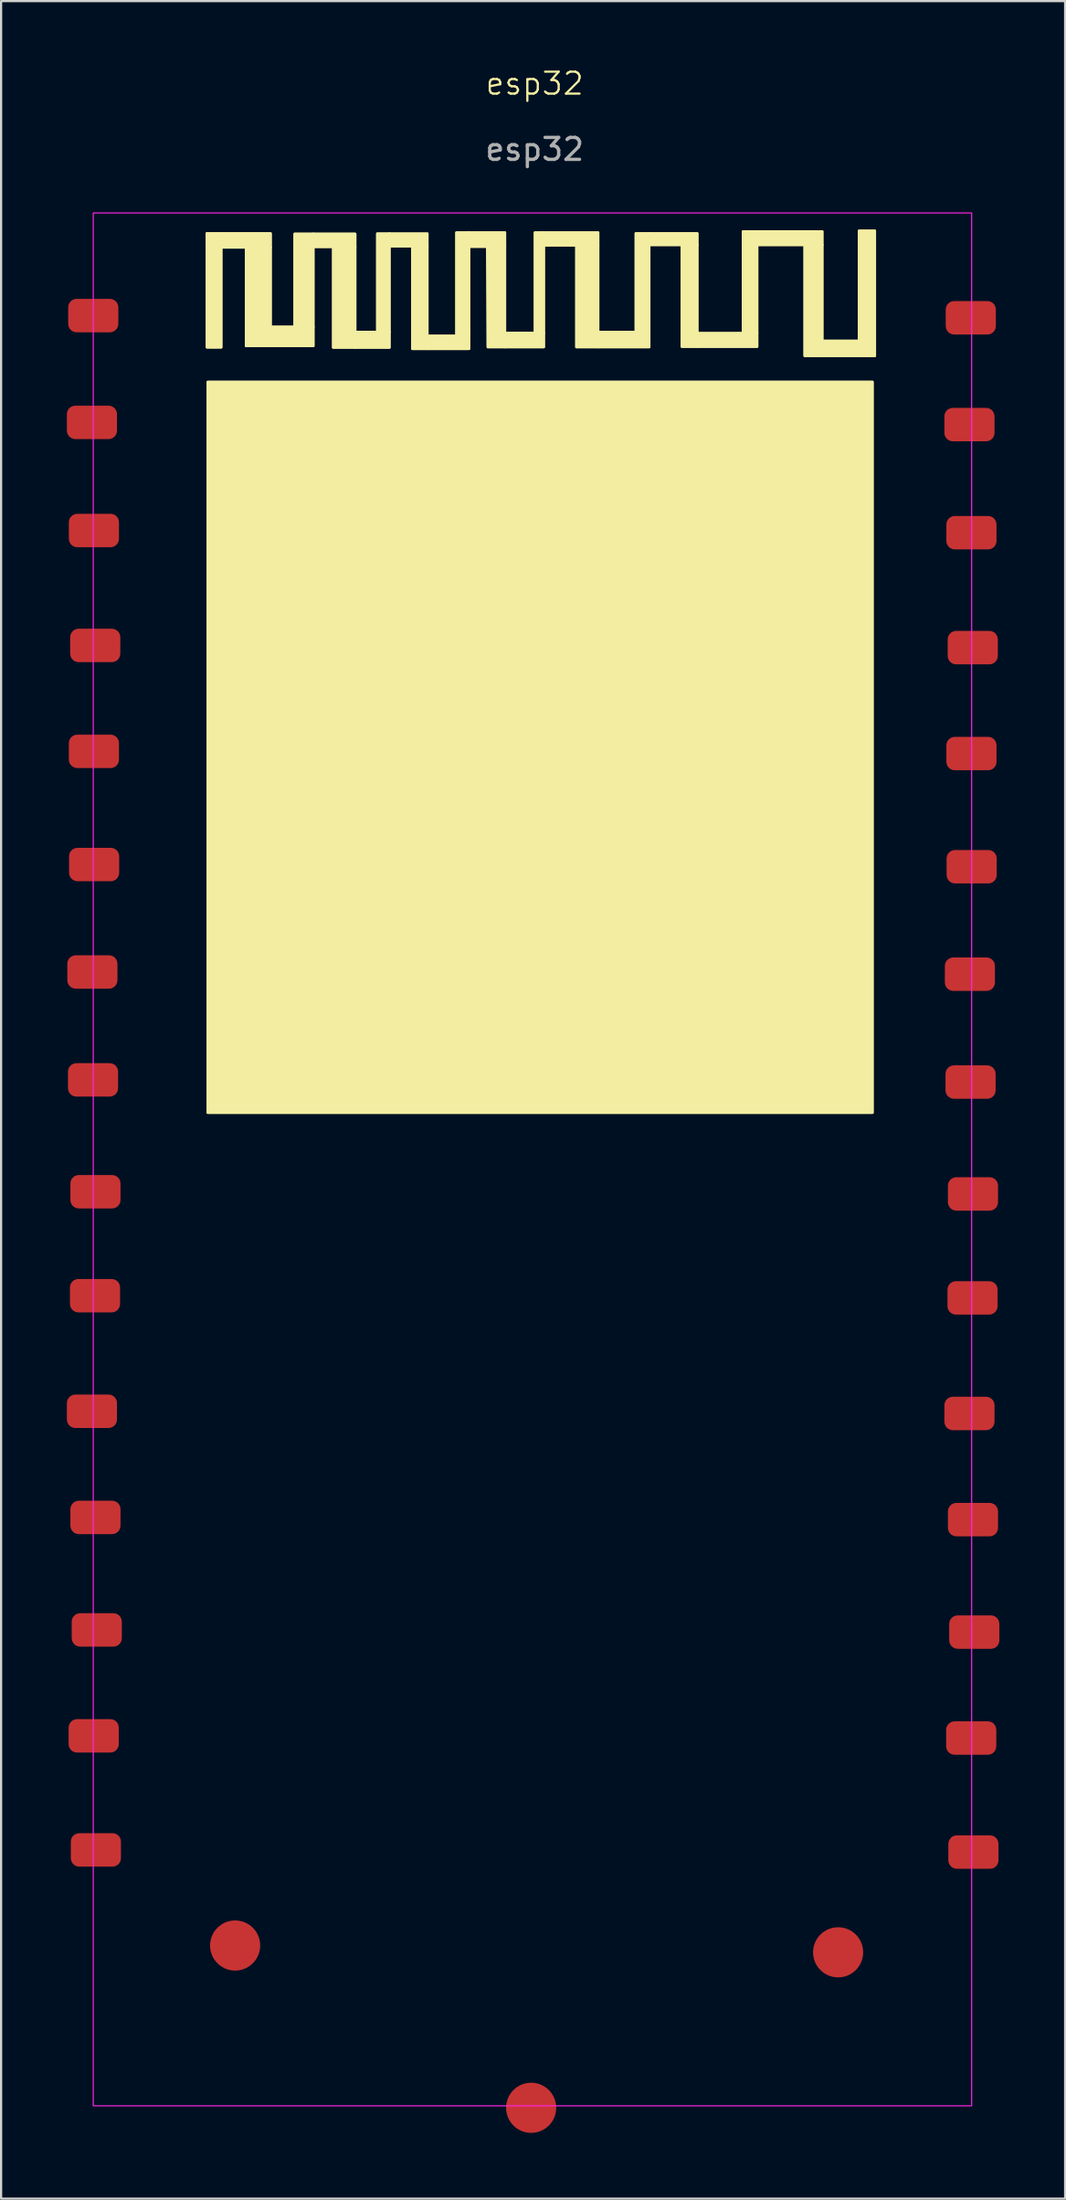
<source format=kicad_pcb>
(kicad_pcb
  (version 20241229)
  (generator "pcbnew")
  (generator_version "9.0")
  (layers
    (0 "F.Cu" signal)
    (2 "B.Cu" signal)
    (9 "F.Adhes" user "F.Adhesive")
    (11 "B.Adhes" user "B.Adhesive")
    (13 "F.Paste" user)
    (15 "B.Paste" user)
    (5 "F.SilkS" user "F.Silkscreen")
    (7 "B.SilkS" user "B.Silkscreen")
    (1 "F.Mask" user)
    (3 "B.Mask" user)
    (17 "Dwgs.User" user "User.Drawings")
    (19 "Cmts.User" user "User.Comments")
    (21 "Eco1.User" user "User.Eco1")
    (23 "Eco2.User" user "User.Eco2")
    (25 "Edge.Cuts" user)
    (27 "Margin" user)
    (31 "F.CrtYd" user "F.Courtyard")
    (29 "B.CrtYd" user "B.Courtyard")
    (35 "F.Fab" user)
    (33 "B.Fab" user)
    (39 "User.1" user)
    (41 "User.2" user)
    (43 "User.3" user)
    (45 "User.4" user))
  (footprint "esp32"
    (layer "F.Cu")
    (at 21.333 1.26)
    (property "Reference" "esp32" (at 0 -0.5 0) (unlocked yes) (layer "F.SilkS") (effects (font (size 1 1) (thickness 0.1))))
    (attr smd)
    (fp_rect (start -14.95 11.53) (end -14.29 6.33) (stroke (width 0.1) (type default)) (fill no) (layer "F.SilkS"))
    (fp_rect (start -14.91 13.1) (end 15.41 46.43) (stroke (width 0.1) (type default)) (fill no) (layer "F.SilkS"))
    (fp_rect (start -14.29 6.33) (end -12.04 6.98) (stroke (width 0.1) (type default)) (fill no) (layer "F.SilkS"))
    (fp_rect (start -13.165 6.98) (end -12.04 11.47) (stroke (width 0.1) (type default)) (fill no) (layer "F.SilkS"))
    (fp_rect (start -12.04 11.47) (end -10.09 10.59) (stroke (width 0.1) (type default)) (fill no) (layer "F.SilkS"))
    (fp_rect (start -10.09 6.35) (end -8.18 6.95) (stroke (width 0.1) (type default)) (fill no) (layer "F.SilkS"))
    (fp_rect (start -10.09 10.59) (end -10.95 6.35) (stroke (width 0.1) (type default)) (fill no) (layer "F.SilkS"))
    (fp_rect (start -8.18 6.95) (end -9.19 11.54) (stroke (width 0.1) (type default)) (fill no) (layer "F.SilkS"))
    (fp_rect (start -8.18 11.54) (end -6.62 10.82) (stroke (width 0.1) (type default)) (fill no) (layer "F.SilkS"))
    (fp_rect (start -6.62 6.34) (end -4.89 6.92) (stroke (width 0.1) (type default)) (fill no) (layer "F.SilkS"))
    (fp_rect (start -6.62 10.82) (end -7.18 6.34) (stroke (width 0.1) (type default)) (fill no) (layer "F.SilkS"))
    (fp_rect (start -4.89 6.92) (end -5.58 11.6) (stroke (width 0.1) (type default)) (fill no) (layer "F.SilkS"))
    (fp_rect (start -4.89 11.6) (end -2.99 11) (stroke (width 0.1) (type default)) (fill no) (layer "F.SilkS"))
    (fp_rect (start -2.99 6.29) (end -1.35 6.94) (stroke (width 0.1) (type default)) (fill no) (layer "F.SilkS"))
    (fp_rect (start -2.99 11) (end -3.57 6.29) (stroke (width 0.1) (type default)) (fill no) (layer "F.SilkS"))
    (fp_rect (start -1.35 6.94) (end -2.14 11.52) (stroke (width 0.1) (type default)) (fill no) (layer "F.SilkS"))
    (fp_rect (start -1.35 11.52) (end 0.42 10.87) (stroke (width 0.1) (type default)) (fill no) (layer "F.SilkS"))
    (fp_rect (start 0.42 6.29) (end 2.9 6.88) (stroke (width 0.1) (type default)) (fill no) (layer "F.SilkS"))
    (fp_rect (start 0.42 10.87) (end 0.01 6.29) (stroke (width 0.1) (type default)) (fill no) (layer "F.SilkS"))
    (fp_rect (start 2.9 6.88) (end 1.9 11.52) (stroke (width 0.1) (type default)) (fill no) (layer "F.SilkS"))
    (fp_rect (start 2.9 11.52) (end 5.23 10.83) (stroke (width 0.1) (type default)) (fill no) (layer "F.SilkS"))
    (fp_rect (start 5.23 6.33) (end 7.42 6.86) (stroke (width 0.1) (type default)) (fill no) (layer "F.SilkS"))
    (fp_rect (start 5.23 10.83) (end 4.61 6.33) (stroke (width 0.1) (type default)) (fill no) (layer "F.SilkS"))
    (fp_rect (start 7.42 6.86) (end 6.71 11.5) (stroke (width 0.1) (type default)) (fill no) (layer "F.SilkS"))
    (fp_rect (start 7.42 11.5) (end 10.15 10.88) (stroke (width 0.1) (type default)) (fill no) (layer "F.SilkS"))
    (fp_rect (start 10.15 6.24) (end 13.12 6.86) (stroke (width 0.1) (type default)) (fill no) (layer "F.SilkS"))
    (fp_rect (start 10.15 10.88) (end 9.5 6.24) (stroke (width 0.1) (type default)) (fill no) (layer "F.SilkS"))
    (fp_rect (start 13.12 6.86) (end 12.31 11.92) (stroke (width 0.1) (type default)) (fill no) (layer "F.SilkS"))
    (fp_rect (start 13.12 11.92) (end 15.52 11.23) (stroke (width 0.1) (type default)) (fill no) (layer "F.SilkS"))
    (fp_rect (start 15.52 11.23) (end 14.79 6.21) (stroke (width 0.1) (type default)) (fill no) (layer "F.SilkS"))
    (fp_poly (pts (xy -14.91 13.1) (xy 15.41 13.1) (xy 15.41 46.43) (xy -14.91 46.43)) (stroke (width 0.1) (type solid)) (fill yes) (layer "F.SilkS"))
    (fp_poly (pts (xy -14.62 11.53) (xy -14.95 11.53) (xy -14.95 6.33) (xy -14.29 6.33)) (stroke (width 0.1) (type solid)) (fill yes) (layer "F.SilkS"))
    (fp_poly (pts (xy -14.62 11.53) (xy -14.29 11.53) (xy -14.29 6.98) (xy -14.95 6.33)) (stroke (width 0.1) (type solid)) (fill yes) (layer "F.SilkS"))
    (fp_poly (pts (xy -13.165 6.98) (xy -12.04 6.98) (xy -12.04 11.47) (xy -13.165 11.47)) (stroke (width 0.1) (type solid)) (fill yes) (layer "F.SilkS"))
    (fp_poly (pts (xy -12.04 11.47) (xy -12.04 10.59) (xy -10.09 10.59) (xy -10.09 11.47)) (stroke (width 0.1) (type solid)) (fill yes) (layer "F.SilkS"))
    (fp_poly (pts (xy -10.09 6.35) (xy -10.09 6.95) (xy -8.18 6.95) (xy -8.18 6.35)) (stroke (width 0.1) (type solid)) (fill yes) (layer "F.SilkS"))
    (fp_poly (pts (xy -10.09 10.59) (xy -10.95 10.59) (xy -10.95 6.35) (xy -10.09 6.35)) (stroke (width 0.1) (type solid)) (fill yes) (layer "F.SilkS"))
    (fp_poly (pts (xy -9.19 6.95) (xy -8.18 6.95) (xy -8.18 11.54) (xy -9.19 11.54)) (stroke (width 0.1) (type solid)) (fill yes) (layer "F.SilkS"))
    (fp_poly (pts (xy -8.18 11.54) (xy -8.18 10.82) (xy -6.62 10.82) (xy -6.62 11.54)) (stroke (width 0.1) (type solid)) (fill yes) (layer "F.SilkS"))
    (fp_poly (pts (xy -7.18 10.82) (xy -6.62 10.82) (xy -6.62 6.34) (xy -7.18 6.34)) (stroke (width 0.1) (type solid)) (fill yes) (layer "F.SilkS"))
    (fp_poly (pts (xy -6.62 6.34) (xy -4.89 6.34) (xy -4.89 6.92) (xy -6.62 6.92)) (stroke (width 0.1) (type solid)) (fill yes) (layer "F.SilkS"))
    (fp_poly (pts (xy -5.58 6.92) (xy -4.89 6.92) (xy -4.89 11.6) (xy -5.58 11.6)) (stroke (width 0.1) (type solid)) (fill yes) (layer "F.SilkS"))
    (fp_poly (pts (xy -4.89 11.6) (xy -4.89 11) (xy -2.99 11) (xy -2.99 11.6)) (stroke (width 0.1) (type solid)) (fill yes) (layer "F.SilkS"))
    (fp_poly (pts (xy -2.99 6.29) (xy -1.35 6.29) (xy -1.35 6.94) (xy -2.99 6.94)) (stroke (width 0.1) (type solid)) (fill yes) (layer "F.SilkS"))
    (fp_poly (pts (xy -2.99 11) (xy -3.57 11) (xy -3.57 6.29) (xy -2.99 6.29)) (stroke (width 0.1) (type solid)) (fill yes) (layer "F.SilkS"))
    (fp_poly (pts (xy -2.17 6.94) (xy -1.35 6.94) (xy -1.35 11.52) (xy -2.14 11.52)) (stroke (width 0.1) (type solid)) (fill yes) (layer "F.SilkS"))
    (fp_poly (pts (xy -1.35 11.52) (xy -1.35 10.87) (xy 0.42 10.87) (xy 0.42 11.52)) (stroke (width 0.1) (type solid)) (fill yes) (layer "F.SilkS"))
    (fp_poly (pts (xy 0.42 6.29) (xy 0.42 6.88) (xy 2.9 6.88) (xy 2.9 6.29)) (stroke (width 0.1) (type solid)) (fill yes) (layer "F.SilkS"))
    (fp_poly (pts (xy 0.42 10.87) (xy 0.01 10.87) (xy 0.01 6.29) (xy 0.42 6.29)) (stroke (width 0.1) (type solid)) (fill yes) (layer "F.SilkS"))
    (fp_poly (pts (xy 1.9 6.88) (xy 2.9 6.88) (xy 2.9 11.52) (xy 1.9 11.52)) (stroke (width 0.1) (type solid)) (fill yes) (layer "F.SilkS"))
    (fp_poly (pts (xy 2.9 11.52) (xy 2.9 10.83) (xy 5.23 10.83) (xy 5.23 11.52)) (stroke (width 0.1) (type solid)) (fill yes) (layer "F.SilkS"))
    (fp_poly (pts (xy 4.61 10.83) (xy 5.23 10.83) (xy 5.23 6.33) (xy 4.61 6.33)) (stroke (width 0.1) (type solid)) (fill yes) (layer "F.SilkS"))
    (fp_poly (pts (xy 5.23 6.33) (xy 5.23 6.86) (xy 7.42 6.86) (xy 7.42 6.33)) (stroke (width 0.1) (type solid)) (fill yes) (layer "F.SilkS"))
    (fp_poly (pts (xy 6.71 6.86) (xy 7.42 6.86) (xy 7.42 11.5) (xy 6.71 11.5)) (stroke (width 0.1) (type solid)) (fill yes) (layer "F.SilkS"))
    (fp_poly (pts (xy 7.42 11.5) (xy 7.42 10.88) (xy 10.15 10.88) (xy 10.15 11.5)) (stroke (width 0.1) (type solid)) (fill yes) (layer "F.SilkS"))
    (fp_poly (pts (xy 10.15 6.24) (xy 13.12 6.24) (xy 13.12 6.86) (xy 10.15 6.86)) (stroke (width 0.1) (type solid)) (fill yes) (layer "F.SilkS"))
    (fp_poly (pts (xy 10.15 10.88) (xy 9.5 10.88) (xy 9.5 6.24) (xy 10.15 6.24)) (stroke (width 0.1) (type solid)) (fill yes) (layer "F.SilkS"))
    (fp_poly (pts (xy 12.31 6.86) (xy 13.12 6.86) (xy 13.12 11.92) (xy 12.31 11.92)) (stroke (width 0.1) (type solid)) (fill yes) (layer "F.SilkS"))
    (fp_poly (pts (xy 14.79 11.23) (xy 15.52 11.23) (xy 15.52 6.21) (xy 14.79 6.21)) (stroke (width 0.1) (type solid)) (fill yes) (layer "F.SilkS"))
    (fp_poly (pts (xy -14.29 6.33) (xy -12.04 6.33) (xy -12.04 6.98) (xy -14.89 6.92) (xy -14.29 6.98)) (stroke (width 0.1) (type solid)) (fill yes) (layer "F.SilkS"))
    (fp_poly (pts (xy 13.12 11.92) (xy 15.52 11.92) (xy 15.52 11.23) (xy 13.12 11.23) (xy 13.22 11.26)) (stroke (width 0.1) (type solid)) (fill yes) (layer "F.SilkS"))
    (fp_rect (start -20.13 5.4) (end 19.93 91.71) (stroke (width 0.05) (type default)) (fill no) (layer "F.CrtYd"))
    (fp_text user "${REFERENCE}" (at 0 2.5 0) (unlocked yes) (layer "F.Fab") (effects (font (size 1 1) (thickness 0.15))))
    (pad "1" smd roundrect (at -20.19 14.95) (size 2.286 1.524) (layers "F.Cu" "F.Mask" "F.Paste") (roundrect_rratio 0.25))
    (pad "1" smd roundrect (at -20.19 60.04) (size 2.286 1.524) (layers "F.Cu" "F.Mask" "F.Paste") (roundrect_rratio 0.25))
    (pad "1" smd roundrect (at -20.17 40.01) (size 2.286 1.524) (layers "F.Cu" "F.Mask" "F.Paste") (roundrect_rratio 0.25))
    (pad "1" smd roundrect (at -20.14 44.93) (size 2.286 1.524) (layers "F.Cu" "F.Mask" "F.Paste") (roundrect_rratio 0.25))
    (pad "1" smd roundrect (at -20.13 10.08) (size 2.286 1.524) (layers "F.Cu" "F.Mask" "F.Paste") (roundrect_rratio 0.25))
    (pad "1" smd roundrect (at -20.11 74.84) (size 2.286 1.524) (layers "F.Cu" "F.Mask" "F.Paste") (roundrect_rratio 0.25))
    (pad "1" smd roundrect (at -20.1 19.88) (size 2.286 1.524) (layers "F.Cu" "F.Mask" "F.Paste") (roundrect_rratio 0.25))
    (pad "1" smd roundrect (at -20.1 29.95) (size 2.286 1.524) (layers "F.Cu" "F.Mask" "F.Paste") (roundrect_rratio 0.25))
    (pad "1" smd roundrect (at -20.09 35.11) (size 2.286 1.524) (layers "F.Cu" "F.Mask" "F.Paste") (roundrect_rratio 0.25))
    (pad "1" smd roundrect (at -20.05 54.77) (size 2.286 1.524) (layers "F.Cu" "F.Mask" "F.Paste") (roundrect_rratio 0.25))
    (pad "1" smd roundrect (at -20.04 25.12) (size 2.286 1.524) (layers "F.Cu" "F.Mask" "F.Paste") (roundrect_rratio 0.25))
    (pad "1" smd roundrect (at -20.03 50.03) (size 2.286 1.524) (layers "F.Cu" "F.Mask" "F.Paste") (roundrect_rratio 0.25))
    (pad "1" smd roundrect (at -20.03 64.88) (size 2.286 1.524) (layers "F.Cu" "F.Mask" "F.Paste") (roundrect_rratio 0.25))
    (pad "1" smd roundrect (at -20.01 80.04) (size 2.286 1.524) (layers "F.Cu" "F.Mask" "F.Paste") (roundrect_rratio 0.25))
    (pad "1" smd roundrect (at -19.97 70.01) (size 2.286 1.524) (layers "F.Cu" "F.Mask" "F.Paste") (roundrect_rratio 0.25))
    (pad "1" smd roundrect (at 19.83 15.05) (size 2.286 1.524) (layers "F.Cu" "F.Mask" "F.Paste") (roundrect_rratio 0.25))
    (pad "1" smd roundrect (at 19.83 60.14) (size 2.286 1.524) (layers "F.Cu" "F.Mask" "F.Paste") (roundrect_rratio 0.25))
    (pad "1" smd roundrect (at 19.85 40.11) (size 2.286 1.524) (layers "F.Cu" "F.Mask" "F.Paste") (roundrect_rratio 0.25))
    (pad "1" smd roundrect (at 19.88 45.03) (size 2.286 1.524) (layers "F.Cu" "F.Mask" "F.Paste") (roundrect_rratio 0.25))
    (pad "1" smd roundrect (at 19.89 10.18) (size 2.286 1.524) (layers "F.Cu" "F.Mask" "F.Paste") (roundrect_rratio 0.25))
    (pad "1" smd roundrect (at 19.91 74.94) (size 2.286 1.524) (layers "F.Cu" "F.Mask" "F.Paste") (roundrect_rratio 0.25))
    (pad "1" smd roundrect (at 19.92 19.98) (size 2.286 1.524) (layers "F.Cu" "F.Mask" "F.Paste") (roundrect_rratio 0.25))
    (pad "1" smd roundrect (at 19.92 30.05) (size 2.286 1.524) (layers "F.Cu" "F.Mask" "F.Paste") (roundrect_rratio 0.25))
    (pad "1" smd roundrect (at 19.93 35.21) (size 2.286 1.524) (layers "F.Cu" "F.Mask" "F.Paste") (roundrect_rratio 0.25))
    (pad "1" smd roundrect (at 19.97 54.87) (size 2.286 1.524) (layers "F.Cu" "F.Mask" "F.Paste") (roundrect_rratio 0.25))
    (pad "1" smd roundrect (at 19.98 25.22) (size 2.286 1.524) (layers "F.Cu" "F.Mask" "F.Paste") (roundrect_rratio 0.25))
    (pad "1" smd roundrect (at 19.99 50.13) (size 2.286 1.524) (layers "F.Cu" "F.Mask" "F.Paste") (roundrect_rratio 0.25))
    (pad "1" smd roundrect (at 19.99 64.98) (size 2.286 1.524) (layers "F.Cu" "F.Mask" "F.Paste") (roundrect_rratio 0.25))
    (pad "1" smd roundrect (at 20.01 80.14) (size 2.286 1.524) (layers "F.Cu" "F.Mask" "F.Paste") (roundrect_rratio 0.25))
    (pad "1" smd roundrect (at 20.05 70.11) (size 2.286 1.524) (layers "F.Cu" "F.Mask" "F.Paste") (roundrect_rratio 0.25))
    (pad "pwr" smd circle (at -0.16 91.8) (size 2.286 2.286) (layers "F.Cu" "F.Mask" "F.Paste"))
    (pad "reboot" smd circle (at 13.84 84.71) (size 2.286 2.286) (layers "F.Cu" "F.Mask" "F.Paste"))
    (pad "reset" smd circle (at -13.66 84.4) (size 2.286 2.286) (layers "F.Cu" "F.Mask" "F.Paste")))
  (gr_rect
    (start -3 -3)
    (end 45.526 97.204)
    (stroke (width 0.1) (type default))
    (fill no)
    (layer "Edge.Cuts")))
</source>
